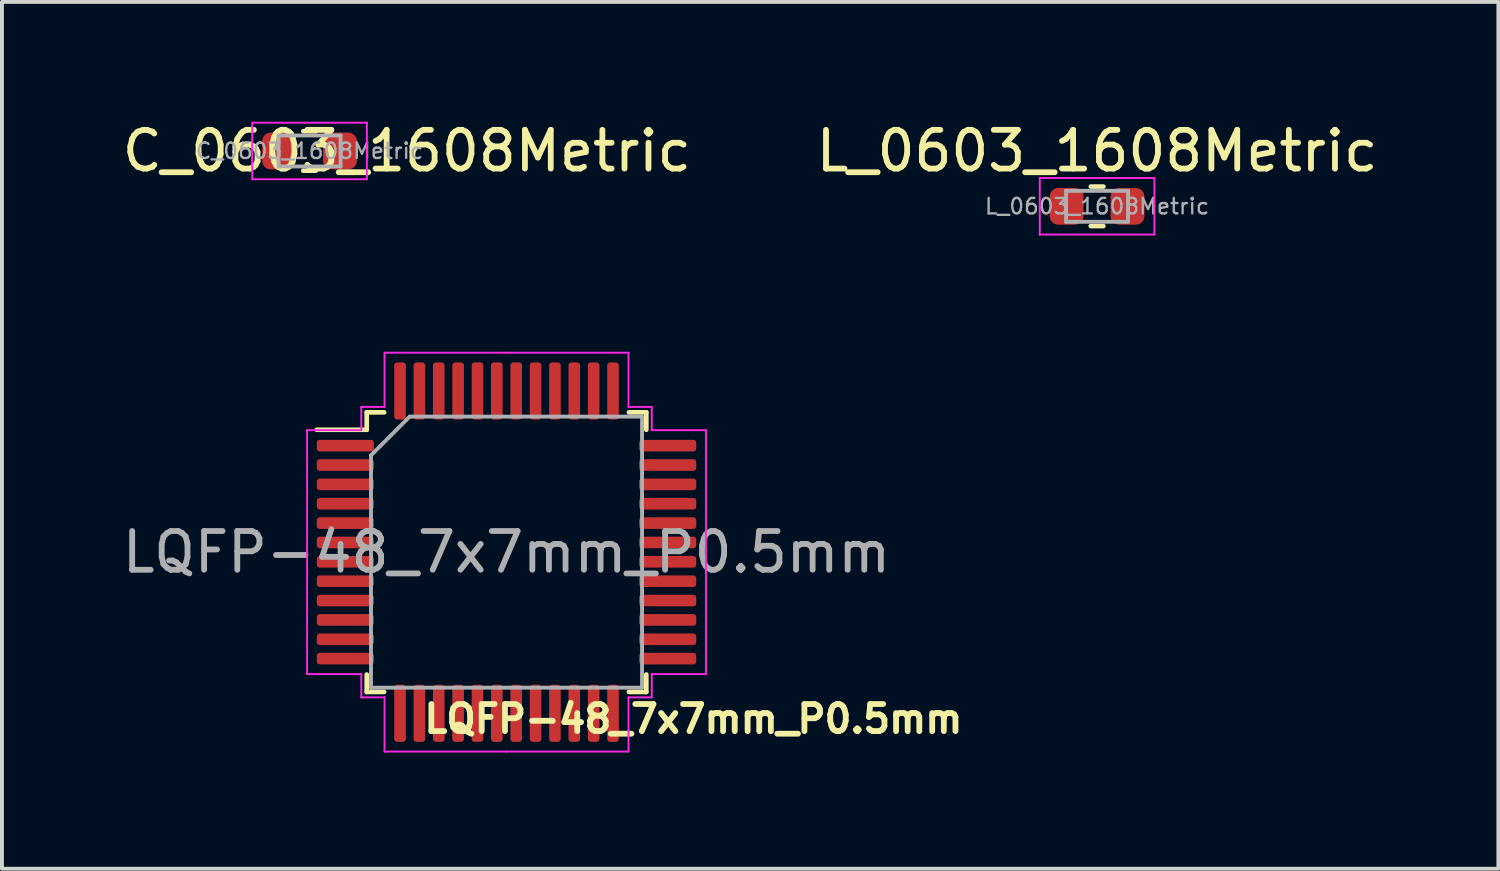
<source format=kicad_pcb>
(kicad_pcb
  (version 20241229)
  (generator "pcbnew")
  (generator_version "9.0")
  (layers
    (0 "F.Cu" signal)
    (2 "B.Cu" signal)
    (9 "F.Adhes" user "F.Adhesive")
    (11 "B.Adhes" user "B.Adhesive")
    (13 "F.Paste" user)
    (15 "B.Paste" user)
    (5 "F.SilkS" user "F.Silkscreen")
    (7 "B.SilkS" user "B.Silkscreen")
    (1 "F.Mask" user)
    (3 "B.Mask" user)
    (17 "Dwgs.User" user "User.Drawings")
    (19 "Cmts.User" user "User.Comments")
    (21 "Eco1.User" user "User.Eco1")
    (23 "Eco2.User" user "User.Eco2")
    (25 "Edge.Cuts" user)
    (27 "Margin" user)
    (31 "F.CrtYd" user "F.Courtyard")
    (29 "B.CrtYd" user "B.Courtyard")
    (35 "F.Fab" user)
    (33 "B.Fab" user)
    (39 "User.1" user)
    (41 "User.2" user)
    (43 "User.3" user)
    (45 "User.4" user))
  (footprint "LQFP-48_7x7mm_P0.5mm"
    (layer "F.Cu")
    (at 10.03 11.208)
    (property "Reference" "LQFP-48_7x7mm_P0.5mm" (at 4.826 4.306 0) (layer "F.SilkS") (effects (font (size 0.7 0.7) (thickness 0.15))))
    (attr smd)
    (fp_line (start -3.61 -3.61) (end -3.61 -3.16) (stroke (width 0.12) (type solid)) (layer "F.SilkS"))
    (fp_line (start -3.61 -3.16) (end -4.9 -3.16) (stroke (width 0.12) (type solid)) (layer "F.SilkS"))
    (fp_line (start -3.61 3.61) (end -3.61 3.16) (stroke (width 0.12) (type solid)) (layer "F.SilkS"))
    (fp_line (start -3.16 -3.61) (end -3.61 -3.61) (stroke (width 0.12) (type solid)) (layer "F.SilkS"))
    (fp_line (start -3.16 3.61) (end -3.61 3.61) (stroke (width 0.12) (type solid)) (layer "F.SilkS"))
    (fp_line (start 3.16 -3.61) (end 3.61 -3.61) (stroke (width 0.12) (type solid)) (layer "F.SilkS"))
    (fp_line (start 3.16 3.61) (end 3.61 3.61) (stroke (width 0.12) (type solid)) (layer "F.SilkS"))
    (fp_line (start 3.61 -3.61) (end 3.61 -3.16) (stroke (width 0.12) (type solid)) (layer "F.SilkS"))
    (fp_line (start 3.61 3.61) (end 3.61 3.16) (stroke (width 0.12) (type solid)) (layer "F.SilkS"))
    (fp_line (start -5.15 -3.15) (end -5.15 0) (stroke (width 0.05) (type solid)) (layer "F.CrtYd"))
    (fp_line (start -5.15 3.15) (end -5.15 0) (stroke (width 0.05) (type solid)) (layer "F.CrtYd"))
    (fp_line (start -3.75 -3.75) (end -3.75 -3.15) (stroke (width 0.05) (type solid)) (layer "F.CrtYd"))
    (fp_line (start -3.75 -3.15) (end -5.15 -3.15) (stroke (width 0.05) (type solid)) (layer "F.CrtYd"))
    (fp_line (start -3.75 3.15) (end -5.15 3.15) (stroke (width 0.05) (type solid)) (layer "F.CrtYd"))
    (fp_line (start -3.75 3.75) (end -3.75 3.15) (stroke (width 0.05) (type solid)) (layer "F.CrtYd"))
    (fp_line (start -3.15 -5.15) (end -3.15 -3.75) (stroke (width 0.05) (type solid)) (layer "F.CrtYd"))
    (fp_line (start -3.15 -3.75) (end -3.75 -3.75) (stroke (width 0.05) (type solid)) (layer "F.CrtYd"))
    (fp_line (start -3.15 3.75) (end -3.75 3.75) (stroke (width 0.05) (type solid)) (layer "F.CrtYd"))
    (fp_line (start -3.15 5.15) (end -3.15 3.75) (stroke (width 0.05) (type solid)) (layer "F.CrtYd"))
    (fp_line (start 0 -5.15) (end -3.15 -5.15) (stroke (width 0.05) (type solid)) (layer "F.CrtYd"))
    (fp_line (start 0 -5.15) (end 3.15 -5.15) (stroke (width 0.05) (type solid)) (layer "F.CrtYd"))
    (fp_line (start 0 5.15) (end -3.15 5.15) (stroke (width 0.05) (type solid)) (layer "F.CrtYd"))
    (fp_line (start 0 5.15) (end 3.15 5.15) (stroke (width 0.05) (type solid)) (layer "F.CrtYd"))
    (fp_line (start 3.15 -5.15) (end 3.15 -3.75) (stroke (width 0.05) (type solid)) (layer "F.CrtYd"))
    (fp_line (start 3.15 -3.75) (end 3.75 -3.75) (stroke (width 0.05) (type solid)) (layer "F.CrtYd"))
    (fp_line (start 3.15 3.75) (end 3.75 3.75) (stroke (width 0.05) (type solid)) (layer "F.CrtYd"))
    (fp_line (start 3.15 5.15) (end 3.15 3.75) (stroke (width 0.05) (type solid)) (layer "F.CrtYd"))
    (fp_line (start 3.75 -3.75) (end 3.75 -3.15) (stroke (width 0.05) (type solid)) (layer "F.CrtYd"))
    (fp_line (start 3.75 -3.15) (end 5.15 -3.15) (stroke (width 0.05) (type solid)) (layer "F.CrtYd"))
    (fp_line (start 3.75 3.15) (end 5.15 3.15) (stroke (width 0.05) (type solid)) (layer "F.CrtYd"))
    (fp_line (start 3.75 3.75) (end 3.75 3.15) (stroke (width 0.05) (type solid)) (layer "F.CrtYd"))
    (fp_line (start 5.15 -3.15) (end 5.15 0) (stroke (width 0.05) (type solid)) (layer "F.CrtYd"))
    (fp_line (start 5.15 3.15) (end 5.15 0) (stroke (width 0.05) (type solid)) (layer "F.CrtYd"))
    (fp_line (start -3.5 -2.5) (end -2.5 -3.5) (stroke (width 0.1) (type solid)) (layer "F.Fab"))
    (fp_line (start -3.5 3.5) (end -3.5 -2.5) (stroke (width 0.1) (type solid)) (layer "F.Fab"))
    (fp_line (start -2.5 -3.5) (end 3.5 -3.5) (stroke (width 0.1) (type solid)) (layer "F.Fab"))
    (fp_line (start 3.5 -3.5) (end 3.5 3.5) (stroke (width 0.1) (type solid)) (layer "F.Fab"))
    (fp_line (start 3.5 3.5) (end -3.5 3.5) (stroke (width 0.1) (type solid)) (layer "F.Fab"))
    (fp_text user "${REFERENCE}" (at 0 0 0) (layer "F.Fab") (effects (font (size 1 1) (thickness 0.15))))
    (pad "1" smd roundrect (at -4.162 -2.75) (size 1.475 0.3) (layers "F.Cu" "F.Mask" "F.Paste") (roundrect_rratio 0.25))
    (pad "2" smd roundrect (at -4.162 -2.25) (size 1.475 0.3) (layers "F.Cu" "F.Mask" "F.Paste") (roundrect_rratio 0.25))
    (pad "3" smd roundrect (at -4.162 -1.75) (size 1.475 0.3) (layers "F.Cu" "F.Mask" "F.Paste") (roundrect_rratio 0.25))
    (pad "4" smd roundrect (at -4.162 -1.25) (size 1.475 0.3) (layers "F.Cu" "F.Mask" "F.Paste") (roundrect_rratio 0.25))
    (pad "5" smd roundrect (at -4.162 -0.75) (size 1.475 0.3) (layers "F.Cu" "F.Mask" "F.Paste") (roundrect_rratio 0.25))
    (pad "6" smd roundrect (at -4.162 -0.25) (size 1.475 0.3) (layers "F.Cu" "F.Mask" "F.Paste") (roundrect_rratio 0.25))
    (pad "7" smd roundrect (at -4.162 0.25) (size 1.475 0.3) (layers "F.Cu" "F.Mask" "F.Paste") (roundrect_rratio 0.25))
    (pad "8" smd roundrect (at -4.162 0.75) (size 1.475 0.3) (layers "F.Cu" "F.Mask" "F.Paste") (roundrect_rratio 0.25))
    (pad "9" smd roundrect (at -4.162 1.25) (size 1.475 0.3) (layers "F.Cu" "F.Mask" "F.Paste") (roundrect_rratio 0.25))
    (pad "10" smd roundrect (at -4.162 1.75) (size 1.475 0.3) (layers "F.Cu" "F.Mask" "F.Paste") (roundrect_rratio 0.25))
    (pad "11" smd roundrect (at -4.162 2.25) (size 1.475 0.3) (layers "F.Cu" "F.Mask" "F.Paste") (roundrect_rratio 0.25))
    (pad "12" smd roundrect (at -4.162 2.75) (size 1.475 0.3) (layers "F.Cu" "F.Mask" "F.Paste") (roundrect_rratio 0.25))
    (pad "13" smd roundrect (at -2.75 4.162) (size 0.3 1.475) (layers "F.Cu" "F.Mask" "F.Paste") (roundrect_rratio 0.25))
    (pad "14" smd roundrect (at -2.25 4.162) (size 0.3 1.475) (layers "F.Cu" "F.Mask" "F.Paste") (roundrect_rratio 0.25))
    (pad "15" smd roundrect (at -1.75 4.162) (size 0.3 1.475) (layers "F.Cu" "F.Mask" "F.Paste") (roundrect_rratio 0.25))
    (pad "16" smd roundrect (at -1.25 4.162) (size 0.3 1.475) (layers "F.Cu" "F.Mask" "F.Paste") (roundrect_rratio 0.25))
    (pad "17" smd roundrect (at -0.75 4.162) (size 0.3 1.475) (layers "F.Cu" "F.Mask" "F.Paste") (roundrect_rratio 0.25))
    (pad "18" smd roundrect (at -0.25 4.162) (size 0.3 1.475) (layers "F.Cu" "F.Mask" "F.Paste") (roundrect_rratio 0.25))
    (pad "19" smd roundrect (at 0.25 4.162) (size 0.3 1.475) (layers "F.Cu" "F.Mask" "F.Paste") (roundrect_rratio 0.25))
    (pad "20" smd roundrect (at 0.75 4.162) (size 0.3 1.475) (layers "F.Cu" "F.Mask" "F.Paste") (roundrect_rratio 0.25))
    (pad "21" smd roundrect (at 1.25 4.162) (size 0.3 1.475) (layers "F.Cu" "F.Mask" "F.Paste") (roundrect_rratio 0.25))
    (pad "22" smd roundrect (at 1.75 4.162) (size 0.3 1.475) (layers "F.Cu" "F.Mask" "F.Paste") (roundrect_rratio 0.25))
    (pad "23" smd roundrect (at 2.25 4.162) (size 0.3 1.475) (layers "F.Cu" "F.Mask" "F.Paste") (roundrect_rratio 0.25))
    (pad "24" smd roundrect (at 2.75 4.162) (size 0.3 1.475) (layers "F.Cu" "F.Mask" "F.Paste") (roundrect_rratio 0.25))
    (pad "25" smd roundrect (at 4.162 2.75) (size 1.475 0.3) (layers "F.Cu" "F.Mask" "F.Paste") (roundrect_rratio 0.25))
    (pad "26" smd roundrect (at 4.162 2.25) (size 1.475 0.3) (layers "F.Cu" "F.Mask" "F.Paste") (roundrect_rratio 0.25))
    (pad "27" smd roundrect (at 4.162 1.75) (size 1.475 0.3) (layers "F.Cu" "F.Mask" "F.Paste") (roundrect_rratio 0.25))
    (pad "28" smd roundrect (at 4.162 1.25) (size 1.475 0.3) (layers "F.Cu" "F.Mask" "F.Paste") (roundrect_rratio 0.25))
    (pad "29" smd roundrect (at 4.162 0.75) (size 1.475 0.3) (layers "F.Cu" "F.Mask" "F.Paste") (roundrect_rratio 0.25))
    (pad "30" smd roundrect (at 4.162 0.25) (size 1.475 0.3) (layers "F.Cu" "F.Mask" "F.Paste") (roundrect_rratio 0.25))
    (pad "31" smd roundrect (at 4.162 -0.25) (size 1.475 0.3) (layers "F.Cu" "F.Mask" "F.Paste") (roundrect_rratio 0.25))
    (pad "32" smd roundrect (at 4.162 -0.75) (size 1.475 0.3) (layers "F.Cu" "F.Mask" "F.Paste") (roundrect_rratio 0.25))
    (pad "33" smd roundrect (at 4.162 -1.25) (size 1.475 0.3) (layers "F.Cu" "F.Mask" "F.Paste") (roundrect_rratio 0.25))
    (pad "34" smd roundrect (at 4.162 -1.75) (size 1.475 0.3) (layers "F.Cu" "F.Mask" "F.Paste") (roundrect_rratio 0.25))
    (pad "35" smd roundrect (at 4.162 -2.25) (size 1.475 0.3) (layers "F.Cu" "F.Mask" "F.Paste") (roundrect_rratio 0.25))
    (pad "36" smd roundrect (at 4.162 -2.75) (size 1.475 0.3) (layers "F.Cu" "F.Mask" "F.Paste") (roundrect_rratio 0.25))
    (pad "37" smd roundrect (at 2.75 -4.162) (size 0.3 1.475) (layers "F.Cu" "F.Mask" "F.Paste") (roundrect_rratio 0.25))
    (pad "38" smd roundrect (at 2.25 -4.162) (size 0.3 1.475) (layers "F.Cu" "F.Mask" "F.Paste") (roundrect_rratio 0.25))
    (pad "39" smd roundrect (at 1.75 -4.162) (size 0.3 1.475) (layers "F.Cu" "F.Mask" "F.Paste") (roundrect_rratio 0.25))
    (pad "40" smd roundrect (at 1.25 -4.162) (size 0.3 1.475) (layers "F.Cu" "F.Mask" "F.Paste") (roundrect_rratio 0.25))
    (pad "41" smd roundrect (at 0.75 -4.162) (size 0.3 1.475) (layers "F.Cu" "F.Mask" "F.Paste") (roundrect_rratio 0.25))
    (pad "42" smd roundrect (at 0.25 -4.162) (size 0.3 1.475) (layers "F.Cu" "F.Mask" "F.Paste") (roundrect_rratio 0.25))
    (pad "43" smd roundrect (at -0.25 -4.162) (size 0.3 1.475) (layers "F.Cu" "F.Mask" "F.Paste") (roundrect_rratio 0.25))
    (pad "44" smd roundrect (at -0.75 -4.162) (size 0.3 1.475) (layers "F.Cu" "F.Mask" "F.Paste") (roundrect_rratio 0.25))
    (pad "45" smd roundrect (at -1.25 -4.162) (size 0.3 1.475) (layers "F.Cu" "F.Mask" "F.Paste") (roundrect_rratio 0.25))
    (pad "46" smd roundrect (at -1.75 -4.162) (size 0.3 1.475) (layers "F.Cu" "F.Mask" "F.Paste") (roundrect_rratio 0.25))
    (pad "47" smd roundrect (at -2.25 -4.162) (size 0.3 1.475) (layers "F.Cu" "F.Mask" "F.Paste") (roundrect_rratio 0.25))
    (pad "48" smd roundrect (at -2.75 -4.162) (size 0.3 1.475) (layers "F.Cu" "F.Mask" "F.Paste") (roundrect_rratio 0.25)))
  (footprint "L_0603_1608Metric"
    (layer "F.Cu")
    (at 25.28 2.278)
    (property "Reference" "L_0603_1608Metric" (at 0 -1.43 0) (layer "F.SilkS") (effects (font (size 1 1) (thickness 0.15))))
    (attr smd)
    (fp_line (start -0.163 -0.51) (end 0.163 -0.51) (stroke (width 0.12) (type solid)) (layer "F.SilkS"))
    (fp_line (start -0.163 0.51) (end 0.163 0.51) (stroke (width 0.12) (type solid)) (layer "F.SilkS"))
    (fp_line (start -1.48 -0.73) (end 1.48 -0.73) (stroke (width 0.05) (type solid)) (layer "F.CrtYd"))
    (fp_line (start -1.48 0.73) (end -1.48 -0.73) (stroke (width 0.05) (type solid)) (layer "F.CrtYd"))
    (fp_line (start 1.48 -0.73) (end 1.48 0.73) (stroke (width 0.05) (type solid)) (layer "F.CrtYd"))
    (fp_line (start 1.48 0.73) (end -1.48 0.73) (stroke (width 0.05) (type solid)) (layer "F.CrtYd"))
    (fp_line (start -0.8 -0.4) (end 0.8 -0.4) (stroke (width 0.1) (type solid)) (layer "F.Fab"))
    (fp_line (start -0.8 0.4) (end -0.8 -0.4) (stroke (width 0.1) (type solid)) (layer "F.Fab"))
    (fp_line (start 0.8 -0.4) (end 0.8 0.4) (stroke (width 0.1) (type solid)) (layer "F.Fab"))
    (fp_line (start 0.8 0.4) (end -0.8 0.4) (stroke (width 0.1) (type solid)) (layer "F.Fab"))
    (fp_text user "${REFERENCE}" (at 0 0 0) (layer "F.Fab") (effects (font (size 0.4 0.4) (thickness 0.06))))
    (pad "1" smd roundrect (at -0.787 0) (size 0.875 0.95) (layers "F.Cu" "F.Mask" "F.Paste") (roundrect_rratio 0.25))
    (pad "2" smd roundrect (at 0.787 0) (size 0.875 0.95) (layers "F.Cu" "F.Mask" "F.Paste") (roundrect_rratio 0.25)))
  (footprint "C_0603_1608Metric"
    (layer "F.Cu")
    (at 4.944 0.848)
    (property "Reference" "C_0603_1608Metric" (at 2.514 0 180) (layer "F.SilkS") (effects (font (size 1 1) (thickness 0.15))))
    (attr smd)
    (fp_line (start -0.163 -0.51) (end 0.163 -0.51) (stroke (width 0.12) (type solid)) (layer "F.SilkS"))
    (fp_line (start -0.163 0.51) (end 0.163 0.51) (stroke (width 0.12) (type solid)) (layer "F.SilkS"))
    (fp_line (start -1.48 -0.73) (end 1.48 -0.73) (stroke (width 0.05) (type solid)) (layer "F.CrtYd"))
    (fp_line (start -1.48 0.73) (end -1.48 -0.73) (stroke (width 0.05) (type solid)) (layer "F.CrtYd"))
    (fp_line (start 1.48 -0.73) (end 1.48 0.73) (stroke (width 0.05) (type solid)) (layer "F.CrtYd"))
    (fp_line (start 1.48 0.73) (end -1.48 0.73) (stroke (width 0.05) (type solid)) (layer "F.CrtYd"))
    (fp_line (start -0.8 -0.4) (end 0.8 -0.4) (stroke (width 0.1) (type solid)) (layer "F.Fab"))
    (fp_line (start -0.8 0.4) (end -0.8 -0.4) (stroke (width 0.1) (type solid)) (layer "F.Fab"))
    (fp_line (start 0.8 -0.4) (end 0.8 0.4) (stroke (width 0.1) (type solid)) (layer "F.Fab"))
    (fp_line (start 0.8 0.4) (end -0.8 0.4) (stroke (width 0.1) (type solid)) (layer "F.Fab"))
    (fp_text user "${REFERENCE}" (at 0 0 180) (layer "F.Fab") (effects (font (size 0.4 0.4) (thickness 0.06))))
    (pad "1" smd roundrect (at -0.787 0) (size 0.875 0.95) (layers "F.Cu" "F.Mask" "F.Paste") (roundrect_rratio 0.25))
    (pad "2" smd roundrect (at 0.787 0) (size 0.875 0.95) (layers "F.Cu" "F.Mask" "F.Paste") (roundrect_rratio 0.25)))
  (gr_rect
    (start -3 -3)
    (end 35.643 19.383)
    (stroke (width 0.1) (type default))
    (fill no)
    (layer "Edge.Cuts")))
</source>
